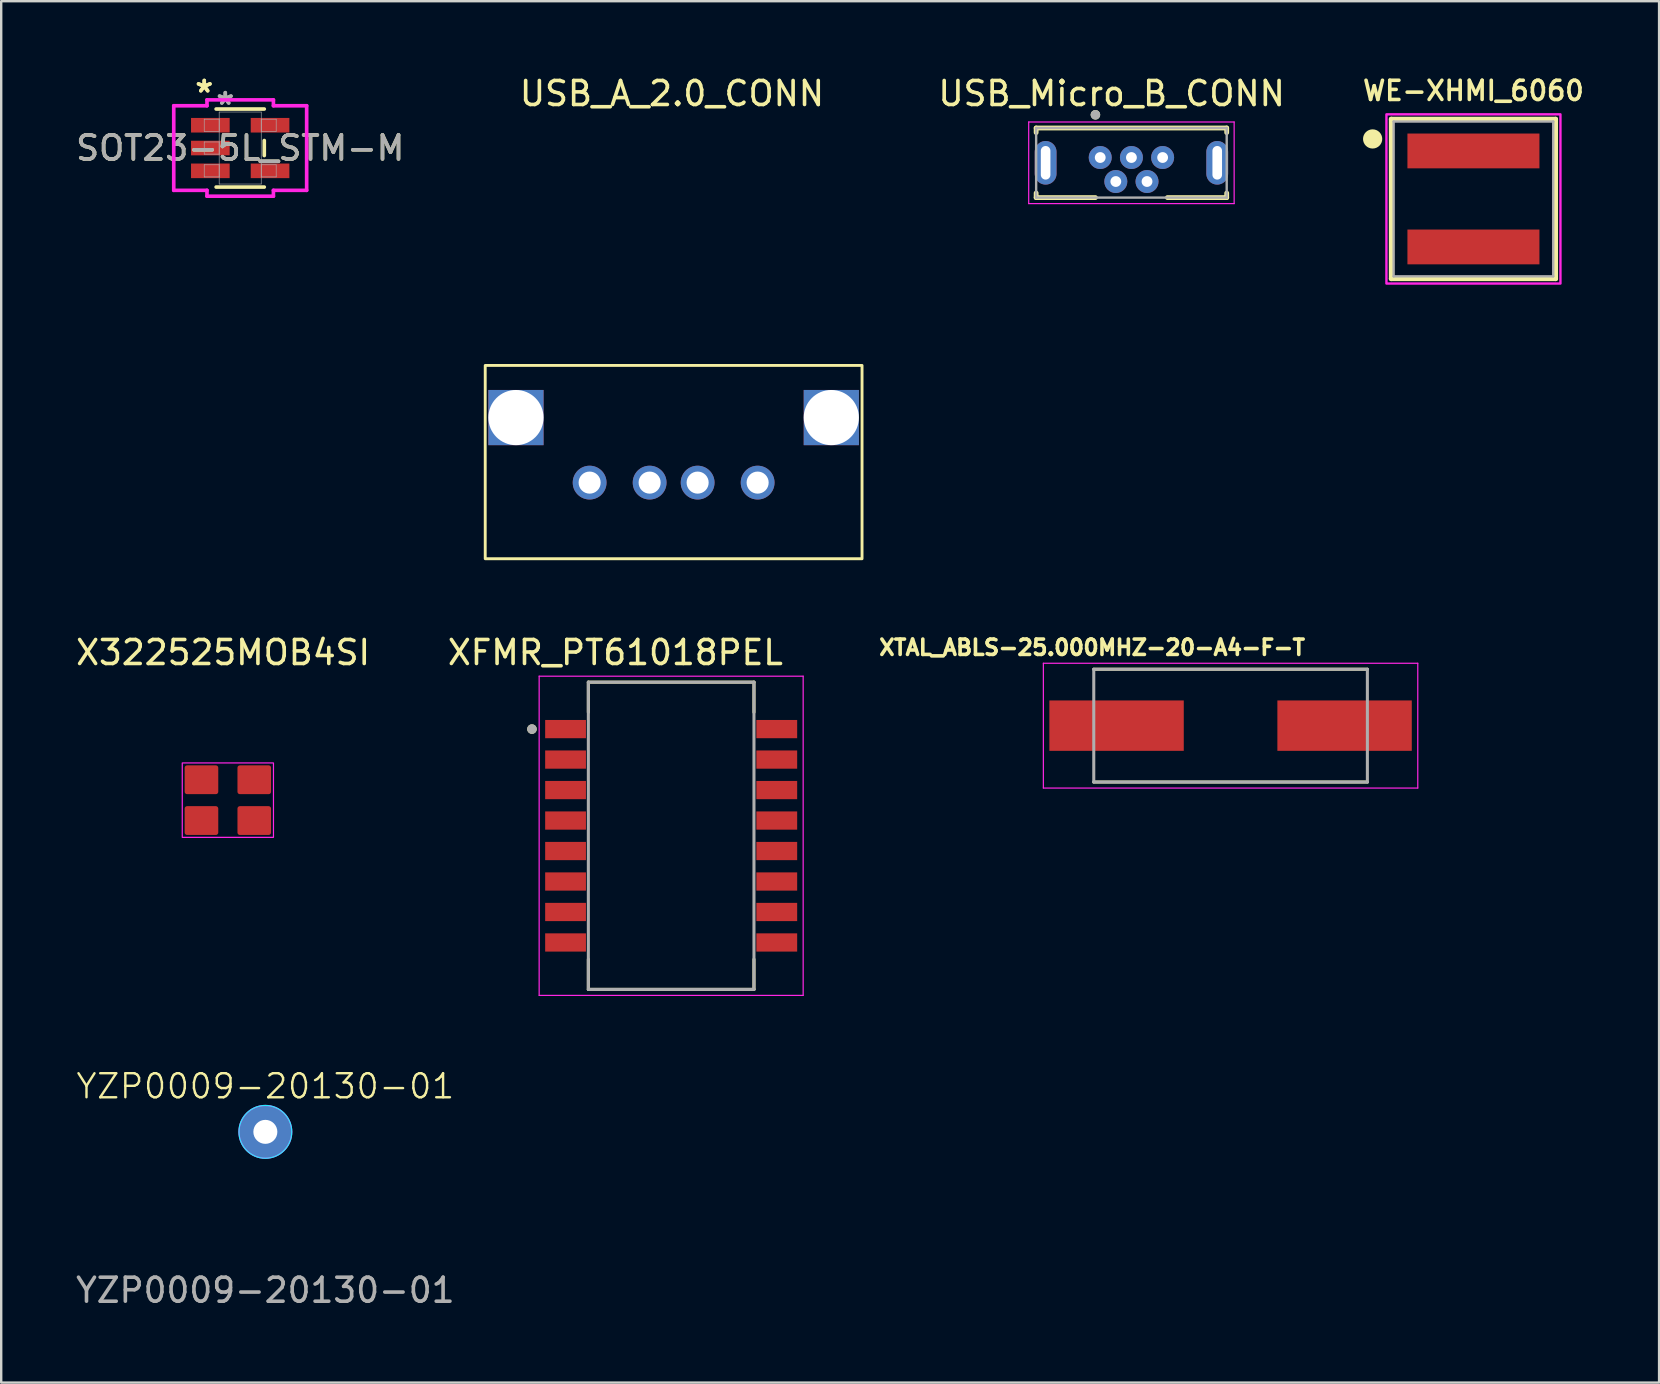
<source format=kicad_pcb>
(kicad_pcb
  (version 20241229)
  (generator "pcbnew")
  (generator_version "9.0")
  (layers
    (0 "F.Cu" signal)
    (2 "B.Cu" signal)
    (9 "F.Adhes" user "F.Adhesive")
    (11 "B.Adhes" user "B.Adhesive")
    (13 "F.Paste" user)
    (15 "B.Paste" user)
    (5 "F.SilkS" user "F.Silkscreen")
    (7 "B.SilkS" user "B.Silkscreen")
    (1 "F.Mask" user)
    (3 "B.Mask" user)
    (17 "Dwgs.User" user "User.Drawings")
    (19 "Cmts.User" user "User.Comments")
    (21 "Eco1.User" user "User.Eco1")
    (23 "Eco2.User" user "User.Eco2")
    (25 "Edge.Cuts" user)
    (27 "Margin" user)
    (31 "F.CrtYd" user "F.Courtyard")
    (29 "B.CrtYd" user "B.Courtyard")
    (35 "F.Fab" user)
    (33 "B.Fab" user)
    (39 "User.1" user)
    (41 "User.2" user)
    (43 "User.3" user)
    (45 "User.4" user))
  (footprint "YZP0009-20130-01"
    (layer "F.Cu")
    (at 8.006 44.109)
    (property "Reference" "YZP0009-20130-01" (at 0 -1.9 0) (unlocked yes) (layer "F.SilkS") (effects (font (size 1 1) (thickness 0.1))))
    (attr through_hole)
    (fp_circle (center 0 0) (end 1.1 0) (stroke (width 0.05) (type default)) (fill no) (layer "B.CrtYd"))
    (fp_circle (center 0 0) (end 1.1 0) (stroke (width 0.05) (type default)) (fill no) (layer "F.CrtYd"))
    (fp_text user "${REFERENCE}" (at 0 6.6 0) (unlocked yes) (layer "F.Fab") (effects (font (size 1 1) (thickness 0.15))))
    (pad "1" thru_hole circle (at 0 0) (size 2.2 2.2) (drill 1) (layers "*.Cu" "*.Mask")))
  (footprint "USB_Micro_B_CONN"
    (layer "F.Cu")
    (at 44.091 3.733)
    (property "Reference" "USB_Micro_B_CONN" (at -0.825 -2.885 0) (layer "F.SilkS") (effects (font (size 1 1) (thickness 0.15))))
    (attr through_hole)
    (fp_line (start -3.97 -1.45) (end 3.97 -1.45) (stroke (width 0.2) (type solid)) (layer "F.SilkS"))
    (fp_line (start -3.97 -1.26) (end -3.97 -1.45) (stroke (width 0.2) (type solid)) (layer "F.SilkS"))
    (fp_line (start -3.97 1.45) (end -3.97 1.26) (stroke (width 0.2) (type solid)) (layer "F.SilkS"))
    (fp_line (start -3.97 1.45) (end -1.5 1.45) (stroke (width 0.2) (type solid)) (layer "F.SilkS"))
    (fp_line (start 1.5 1.45) (end 3.97 1.45) (stroke (width 0.2) (type solid)) (layer "F.SilkS"))
    (fp_line (start 3.97 -1.26) (end 3.97 -1.45) (stroke (width 0.2) (type solid)) (layer "F.SilkS"))
    (fp_line (start 3.97 1.45) (end 3.97 1.26) (stroke (width 0.2) (type solid)) (layer "F.SilkS"))
    (fp_circle (center -1.5 -2) (end -1.4 -2) (stroke (width 0.2) (type solid)) (fill no) (layer "F.SilkS"))
    (fp_line (start -4.28 -1.7) (end 4.28 -1.7) (stroke (width 0.05) (type solid)) (layer "F.CrtYd"))
    (fp_line (start -4.28 1.7) (end -4.28 -1.7) (stroke (width 0.05) (type solid)) (layer "F.CrtYd"))
    (fp_line (start -4.28 1.7) (end 4.28 1.7) (stroke (width 0.05) (type solid)) (layer "F.CrtYd"))
    (fp_line (start 4.28 1.7) (end 4.28 -1.7) (stroke (width 0.05) (type solid)) (layer "F.CrtYd"))
    (fp_line (start -3.97 -1.45) (end 3.97 -1.45) (stroke (width 0.1) (type solid)) (layer "F.Fab"))
    (fp_line (start -3.97 1.45) (end -3.97 -1.45) (stroke (width 0.1) (type solid)) (layer "F.Fab"))
    (fp_line (start -3.97 1.45) (end 3.97 1.45) (stroke (width 0.1) (type solid)) (layer "F.Fab"))
    (fp_line (start 3.97 1.45) (end 3.97 -1.45) (stroke (width 0.1) (type solid)) (layer "F.Fab"))
    (fp_circle (center -1.5 -2) (end -1.4 -2) (stroke (width 0.2) (type solid)) (fill no) (layer "F.Fab"))
    (pad "1" thru_hole circle (at -1.3 -0.22) (size 0.958 0.958) (drill 0.45) (layers "*.Cu" "*.Mask"))
    (pad "2" thru_hole circle (at -0.65 0.78) (size 0.958 0.958) (drill 0.45) (layers "*.Cu" "*.Mask"))
    (pad "3" thru_hole circle (at 0 -0.22) (size 0.958 0.958) (drill 0.45) (layers "*.Cu" "*.Mask"))
    (pad "4" thru_hole circle (at 0.65 0.78) (size 0.958 0.958) (drill 0.45) (layers "*.Cu" "*.Mask"))
    (pad "5" thru_hole circle (at 1.3 -0.22) (size 0.958 0.958) (drill 0.45) (layers "*.Cu" "*.Mask"))
    (pad "S1" thru_hole oval (at -3.575 0) (size 0.908 1.816) (drill oval 0.4 1.4) (layers "*.Cu" "*.Mask"))
    (pad "S2" thru_hole oval (at 3.575 0) (size 0.908 1.816) (drill oval 0.4 1.4) (layers "*.Cu" "*.Mask")))
  (footprint "XFMR_PT61018PEL"
    (layer "F.Cu")
    (at 24.914 31.773)
    (property "Reference" "XFMR_PT61018PEL" (at -2.325 -7.635 0) (layer "F.SilkS") (effects (font (size 1 1) (thickness 0.15))))
    (attr smd)
    (fp_line (start -3.45 -6.4) (end 3.45 -6.4) (stroke (width 0.127) (type solid)) (layer "F.SilkS"))
    (fp_line (start -3.45 -5.145) (end -3.45 -6.4) (stroke (width 0.127) (type solid)) (layer "F.SilkS"))
    (fp_line (start -3.45 6.4) (end -3.45 5.145) (stroke (width 0.127) (type solid)) (layer "F.SilkS"))
    (fp_line (start 3.45 -6.4) (end 3.45 -5.145) (stroke (width 0.127) (type solid)) (layer "F.SilkS"))
    (fp_line (start 3.45 5.145) (end 3.45 6.4) (stroke (width 0.127) (type solid)) (layer "F.SilkS"))
    (fp_line (start 3.45 6.4) (end -3.45 6.4) (stroke (width 0.127) (type solid)) (layer "F.SilkS"))
    (fp_circle (center -5.8 -4.445) (end -5.7 -4.445) (stroke (width 0.2) (type solid)) (fill no) (layer "F.SilkS"))
    (fp_line (start -5.5 -6.65) (end 5.5 -6.65) (stroke (width 0.05) (type solid)) (layer "F.CrtYd"))
    (fp_line (start -5.5 6.65) (end -5.5 -6.65) (stroke (width 0.05) (type solid)) (layer "F.CrtYd"))
    (fp_line (start 5.5 -6.65) (end 5.5 6.65) (stroke (width 0.05) (type solid)) (layer "F.CrtYd"))
    (fp_line (start 5.5 6.65) (end -5.5 6.65) (stroke (width 0.05) (type solid)) (layer "F.CrtYd"))
    (fp_line (start -3.45 -6.4) (end 3.45 -6.4) (stroke (width 0.127) (type solid)) (layer "F.Fab"))
    (fp_line (start -3.45 6.4) (end -3.45 -6.4) (stroke (width 0.127) (type solid)) (layer "F.Fab"))
    (fp_line (start 3.45 -6.4) (end 3.45 6.4) (stroke (width 0.127) (type solid)) (layer "F.Fab"))
    (fp_line (start 3.45 6.4) (end -3.45 6.4) (stroke (width 0.127) (type solid)) (layer "F.Fab"))
    (fp_circle (center -5.8 -4.445) (end -5.7 -4.445) (stroke (width 0.2) (type solid)) (fill no) (layer "F.Fab"))
    (pad "1" smd rect (at -4.4 -4.445) (size 1.7 0.76) (layers "F.Cu" "F.Mask" "F.Paste"))
    (pad "2" smd rect (at -4.4 -3.175) (size 1.7 0.76) (layers "F.Cu" "F.Mask" "F.Paste"))
    (pad "3" smd rect (at -4.4 -1.905) (size 1.7 0.76) (layers "F.Cu" "F.Mask" "F.Paste"))
    (pad "4" smd rect (at -4.4 -0.635) (size 1.7 0.76) (layers "F.Cu" "F.Mask" "F.Paste"))
    (pad "5" smd rect (at -4.4 0.635) (size 1.7 0.76) (layers "F.Cu" "F.Mask" "F.Paste"))
    (pad "6" smd rect (at -4.4 1.905) (size 1.7 0.76) (layers "F.Cu" "F.Mask" "F.Paste"))
    (pad "7" smd rect (at -4.4 3.175) (size 1.7 0.76) (layers "F.Cu" "F.Mask" "F.Paste"))
    (pad "8" smd rect (at -4.4 4.445) (size 1.7 0.76) (layers "F.Cu" "F.Mask" "F.Paste"))
    (pad "9" smd rect (at 4.4 4.445) (size 1.7 0.76) (layers "F.Cu" "F.Mask" "F.Paste"))
    (pad "10" smd rect (at 4.4 3.175) (size 1.7 0.76) (layers "F.Cu" "F.Mask" "F.Paste"))
    (pad "11" smd rect (at 4.4 1.905) (size 1.7 0.76) (layers "F.Cu" "F.Mask" "F.Paste"))
    (pad "12" smd rect (at 4.4 0.635) (size 1.7 0.76) (layers "F.Cu" "F.Mask" "F.Paste"))
    (pad "13" smd rect (at 4.4 -0.635) (size 1.7 0.76) (layers "F.Cu" "F.Mask" "F.Paste"))
    (pad "14" smd rect (at 4.4 -1.905) (size 1.7 0.76) (layers "F.Cu" "F.Mask" "F.Paste"))
    (pad "15" smd rect (at 4.4 -3.175) (size 1.7 0.76) (layers "F.Cu" "F.Mask" "F.Paste"))
    (pad "16" smd rect (at 4.4 -4.445) (size 1.7 0.76) (layers "F.Cu" "F.Mask" "F.Paste")))
  (footprint "USB_A_2.0_CONN"
    (layer "F.Cu")
    (at 17.167 18.198)
    (property "Reference" "USB_A_2.0_CONN" (at 7.78 -17.35 0) (unlocked yes) (layer "F.SilkS") (effects (font (size 1 1) (thickness 0.15))))
    (attr through_hole)
    (fp_rect (start 0 -6.022) (end 15.7 2.032) (stroke (width 0.12) (type solid)) (fill no) (layer "F.SilkS"))
    (pad "" np_thru_hole rect (at 1.28 -3.85) (size 2.3 2.3) (drill 2.3) (layers "*.Cu" "*.Mask"))
    (pad "" np_thru_hole rect (at 14.42 -3.85) (size 2.3 2.3) (drill 2.3) (layers "*.Cu" "*.Mask"))
    (pad "1" thru_hole circle (at 11.35 -1.14) (size 1.408 1.408) (drill 0.92) (layers "*.Cu" "*.Mask"))
    (pad "2" thru_hole circle (at 8.85 -1.14) (size 1.408 1.408) (drill 0.92) (layers "*.Cu" "*.Mask"))
    (pad "3" thru_hole circle (at 6.85 -1.14) (size 1.408 1.408) (drill 0.92) (layers "*.Cu" "*.Mask"))
    (pad "4" thru_hole circle (at 4.35 -1.14) (size 1.408 1.408) (drill 0.92) (layers "*.Cu" "*.Mask")))
  (footprint "X322525MOB4SI"
    (layer "F.Cu")
    (at 5.344 31.139)
    (property "Reference" "X322525MOB4SI" (at 0.9 -7 0) (unlocked yes) (layer "F.SilkS") (effects (font (size 1 1) (thickness 0.15))))
    (attr smd)
    (fp_rect (start -0.8 -2.4) (end 3 0.7) (stroke (width 0.05) (type default)) (fill no) (layer "F.CrtYd"))
    (pad "1" smd roundrect (at 0 0) (size 1.4 1.2) (layers "F.Cu" "F.Mask" "F.Paste") (roundrect_rratio 0.083))
    (pad "2" smd roundrect (at 2.2 0) (size 1.4 1.2) (layers "F.Cu" "F.Mask" "F.Paste") (roundrect_rratio 0.083))
    (pad "3" smd roundrect (at 2.2 -1.7) (size 1.4 1.2) (layers "F.Cu" "F.Mask" "F.Paste") (roundrect_rratio 0.083))
    (pad "4" smd roundrect (at 0 -1.7) (size 1.4 1.2) (layers "F.Cu" "F.Mask" "F.Paste") (roundrect_rratio 0.083)))
  (footprint "SOT23-5L_STM-M"
    (layer "F.Cu")
    (at 6.958 3.118)
    (property "Reference" "SOT23-5L_STM-M" (at 0 0 0) (unlocked yes) (layer "F.SilkS") (effects (font (size 1 1) (thickness 0.15))))
    (attr smd)
    (fp_line (start -1.003 1.626) (end 1.003 1.626) (stroke (width 0.152) (type solid)) (layer "F.SilkS"))
    (fp_line (start 1.003 -1.626) (end -1.003 -1.626) (stroke (width 0.152) (type solid)) (layer "F.SilkS"))
    (fp_line (start 1.003 0.313) (end 1.003 -0.313) (stroke (width 0.152) (type solid)) (layer "F.SilkS"))
    (fp_line (start -2.769 -1.762) (end -1.384 -1.762) (stroke (width 0.152) (type solid)) (layer "F.CrtYd"))
    (fp_line (start -2.769 1.762) (end -2.769 -1.762) (stroke (width 0.152) (type solid)) (layer "F.CrtYd"))
    (fp_line (start -1.384 -2.007) (end 1.384 -2.007) (stroke (width 0.152) (type solid)) (layer "F.CrtYd"))
    (fp_line (start -1.384 -1.762) (end -1.384 -2.007) (stroke (width 0.152) (type solid)) (layer "F.CrtYd"))
    (fp_line (start -1.384 1.762) (end -2.769 1.762) (stroke (width 0.152) (type solid)) (layer "F.CrtYd"))
    (fp_line (start -1.384 2.007) (end -1.384 1.762) (stroke (width 0.152) (type solid)) (layer "F.CrtYd"))
    (fp_line (start 1.384 -2.007) (end 1.384 -1.762) (stroke (width 0.152) (type solid)) (layer "F.CrtYd"))
    (fp_line (start 1.384 -1.762) (end 2.769 -1.762) (stroke (width 0.152) (type solid)) (layer "F.CrtYd"))
    (fp_line (start 1.384 1.762) (end 1.384 2.007) (stroke (width 0.152) (type solid)) (layer "F.CrtYd"))
    (fp_line (start 1.384 2.007) (end -1.384 2.007) (stroke (width 0.152) (type solid)) (layer "F.CrtYd"))
    (fp_line (start 2.769 -1.762) (end 2.769 1.762) (stroke (width 0.152) (type solid)) (layer "F.CrtYd"))
    (fp_line (start 2.769 1.762) (end 1.384 1.762) (stroke (width 0.152) (type solid)) (layer "F.CrtYd"))
    (fp_line (start -1.499 -1.204) (end -1.499 -0.696) (stroke (width 0.025) (type solid)) (layer "F.Fab"))
    (fp_line (start -1.499 -0.696) (end -0.876 -0.696) (stroke (width 0.025) (type solid)) (layer "F.Fab"))
    (fp_line (start -1.499 -0.254) (end -1.499 0.254) (stroke (width 0.025) (type solid)) (layer "F.Fab"))
    (fp_line (start -1.499 0.254) (end -0.876 0.254) (stroke (width 0.025) (type solid)) (layer "F.Fab"))
    (fp_line (start -1.499 0.696) (end -1.499 1.204) (stroke (width 0.025) (type solid)) (layer "F.Fab"))
    (fp_line (start -1.499 1.204) (end -0.876 1.204) (stroke (width 0.025) (type solid)) (layer "F.Fab"))
    (fp_line (start -0.876 -1.499) (end -0.876 1.499) (stroke (width 0.025) (type solid)) (layer "F.Fab"))
    (fp_line (start -0.876 -1.204) (end -1.499 -1.204) (stroke (width 0.025) (type solid)) (layer "F.Fab"))
    (fp_line (start -0.876 -0.696) (end -0.876 -1.204) (stroke (width 0.025) (type solid)) (layer "F.Fab"))
    (fp_line (start -0.876 -0.254) (end -1.499 -0.254) (stroke (width 0.025) (type solid)) (layer "F.Fab"))
    (fp_line (start -0.876 0.254) (end -0.876 -0.254) (stroke (width 0.025) (type solid)) (layer "F.Fab"))
    (fp_line (start -0.876 0.696) (end -1.499 0.696) (stroke (width 0.025) (type solid)) (layer "F.Fab"))
    (fp_line (start -0.876 1.204) (end -0.876 0.696) (stroke (width 0.025) (type solid)) (layer "F.Fab"))
    (fp_line (start -0.876 1.499) (end 0.876 1.499) (stroke (width 0.025) (type solid)) (layer "F.Fab"))
    (fp_line (start 0.876 -1.499) (end -0.876 -1.499) (stroke (width 0.025) (type solid)) (layer "F.Fab"))
    (fp_line (start 0.876 -1.204) (end 0.876 -0.696) (stroke (width 0.025) (type solid)) (layer "F.Fab"))
    (fp_line (start 0.876 -0.696) (end 1.499 -0.696) (stroke (width 0.025) (type solid)) (layer "F.Fab"))
    (fp_line (start 0.876 0.696) (end 0.876 1.204) (stroke (width 0.025) (type solid)) (layer "F.Fab"))
    (fp_line (start 0.876 1.204) (end 1.499 1.204) (stroke (width 0.025) (type solid)) (layer "F.Fab"))
    (fp_line (start 0.876 1.499) (end 0.876 -1.499) (stroke (width 0.025) (type solid)) (layer "F.Fab"))
    (fp_line (start 1.499 -1.204) (end 0.876 -1.204) (stroke (width 0.025) (type solid)) (layer "F.Fab"))
    (fp_line (start 1.499 -0.696) (end 1.499 -1.204) (stroke (width 0.025) (type solid)) (layer "F.Fab"))
    (fp_line (start 1.499 0.696) (end 0.876 0.696) (stroke (width 0.025) (type solid)) (layer "F.Fab"))
    (fp_line (start 1.499 1.204) (end 1.499 0.696) (stroke (width 0.025) (type solid)) (layer "F.Fab"))
    (fp_text user "*" (at -1.498 -2.27 0) (unlocked yes) (layer "F.SilkS") (effects (font (size 1 1) (thickness 0.15))))
    (fp_text user "*" (at -1.498 -2.27 0) (layer "F.SilkS") (effects (font (size 1 1) (thickness 0.15))))
    (fp_text user "${REFERENCE}" (at 0 0 0) (unlocked yes) (layer "F.Fab") (effects (font (size 1 1) (thickness 0.15))))
    (fp_text user "*" (at -0.622 -1.762 0) (unlocked yes) (layer "F.Fab") (effects (font (size 1 1) (thickness 0.15))))
    (fp_text user "*" (at -0.622 -1.762 0) (layer "F.Fab") (effects (font (size 1 1) (thickness 0.15))))
    (pad "1" smd rect (at -1.244 -0.95) (size 1.61 0.608) (layers "F.Cu" "F.Mask" "F.Paste"))
    (pad "2" smd rect (at -1.244 0) (size 1.61 0.608) (layers "F.Cu" "F.Mask" "F.Paste"))
    (pad "3" smd rect (at -1.244 0.95) (size 1.61 0.608) (layers "F.Cu" "F.Mask" "F.Paste"))
    (pad "4" smd rect (at 1.244 0.95) (size 1.61 0.608) (layers "F.Cu" "F.Mask" "F.Paste"))
    (pad "5" smd rect (at 1.244 -0.95) (size 1.61 0.608) (layers "F.Cu" "F.Mask" "F.Paste")))
  (footprint "WE-XHMI_6060"
    (layer "F.Cu")
    (at 58.341 5.239)
    (property "Reference" "WE-XHMI_6060" (at 0 -4.508 0) (layer "F.SilkS") (effects (font (size 0.8 0.8) (thickness 0.15))))
    (attr smd)
    (fp_line (start -3.425 -3.325) (end 3.425 -3.325) (stroke (width 0.2) (type solid)) (layer "F.SilkS"))
    (fp_line (start -3.425 3.325) (end -3.425 -3.325) (stroke (width 0.2) (type solid)) (layer "F.SilkS"))
    (fp_line (start 3.425 -3.325) (end 3.425 3.325) (stroke (width 0.2) (type solid)) (layer "F.SilkS"))
    (fp_line (start 3.425 3.325) (end -3.425 3.325) (stroke (width 0.2) (type solid)) (layer "F.SilkS"))
    (fp_circle (center -4.2 -2.5) (end -4 -2.5) (stroke (width 0.4) (type solid)) (fill no) (layer "F.SilkS"))
    (fp_poly (pts (xy -3.625 -3.525) (xy 3.625 -3.525) (xy 3.625 3.525) (xy -3.625 3.525)) (stroke (width 0.1) (type solid)) (fill no) (layer "F.CrtYd"))
    (fp_line (start -3.325 -3.225) (end 3.325 -3.225) (stroke (width 0.1) (type solid)) (layer "F.Fab"))
    (fp_line (start -3.325 3.225) (end -3.325 -3.225) (stroke (width 0.1) (type solid)) (layer "F.Fab"))
    (fp_line (start 3.325 -3.225) (end 3.325 3.225) (stroke (width 0.1) (type solid)) (layer "F.Fab"))
    (fp_line (start 3.325 3.225) (end -3.325 3.225) (stroke (width 0.1) (type solid)) (layer "F.Fab"))
    (pad "1" smd rect (at 0 -2) (size 5.5 1.45) (layers "F.Cu" "F.Mask" "F.Paste"))
    (pad "2" smd rect (at 0 2) (size 5.5 1.45) (layers "F.Cu" "F.Mask" "F.Paste"))
    (zone (net_name "") (layer "F.Cu") (hatch full 0.508) (connect_pads) (min_thickness 0.1) (filled_areas_thickness no) (keepout (tracks not_allowed) (vias not_allowed) (pads not_allowed) (copperpour not_allowed) (footprints allowed)) (placement (enabled no)) (fill) (polygon (pts (xy 55.116 4.014) (xy 61.566 4.014) (xy 61.566 6.464) (xy 55.116 6.464))))
    (zone (net_name "") (layers "F.Cu" "B.Cu") (hatch full 0.508) (connect_pads) (min_thickness 0.1) (filled_areas_thickness no) (keepout (tracks allowed) (vias not_allowed) (pads allowed) (copperpour allowed) (footprints allowed)) (placement (enabled no)) (fill) (polygon (pts (xy 55.116 4.014) (xy 61.566 4.014) (xy 61.566 6.464) (xy 55.116 6.464)))))
  (footprint "XTAL_ABLS-25.000MHZ-20-A4-F-T"
    (layer "F.Cu")
    (at 48.222 27.184)
    (property "Reference" "XTAL_ABLS-25.000MHZ-20-A4-F-T" (at -5.768 -3.256 0) (layer "F.SilkS") (effects (font (size 0.64 0.64) (thickness 0.15))))
    (attr smd)
    (fp_line (start -5.7 -2.35) (end 5.7 -2.35) (stroke (width 0.127) (type solid)) (layer "F.SilkS"))
    (fp_line (start -5.7 2.35) (end 5.7 2.35) (stroke (width 0.127) (type solid)) (layer "F.SilkS"))
    (fp_line (start -7.8 -2.6) (end -7.8 2.6) (stroke (width 0.05) (type solid)) (layer "F.CrtYd"))
    (fp_line (start -7.8 2.6) (end 7.8 2.6) (stroke (width 0.05) (type solid)) (layer "F.CrtYd"))
    (fp_line (start 7.8 -2.6) (end -7.8 -2.6) (stroke (width 0.05) (type solid)) (layer "F.CrtYd"))
    (fp_line (start 7.8 2.6) (end 7.8 -2.6) (stroke (width 0.05) (type solid)) (layer "F.CrtYd"))
    (fp_line (start -5.7 -2.35) (end -5.7 2.35) (stroke (width 0.127) (type solid)) (layer "F.Fab"))
    (fp_line (start -5.7 -2.35) (end 5.7 -2.35) (stroke (width 0.127) (type solid)) (layer "F.Fab"))
    (fp_line (start -5.7 2.35) (end 5.7 2.35) (stroke (width 0.127) (type solid)) (layer "F.Fab"))
    (fp_line (start 5.7 -2.35) (end 5.7 2.35) (stroke (width 0.127) (type solid)) (layer "F.Fab"))
    (pad "1" smd rect (at -4.75 0) (size 5.6 2.1) (layers "F.Cu" "F.Mask" "F.Paste"))
    (pad "2" smd rect (at 4.75 0) (size 5.6 2.1) (layers "F.Cu" "F.Mask" "F.Paste")))
  (gr_rect
    (start -3 -3)
    (end 66.076 54.557)
    (stroke (width 0.1) (type default))
    (fill no)
    (layer "Edge.Cuts")))
</source>
